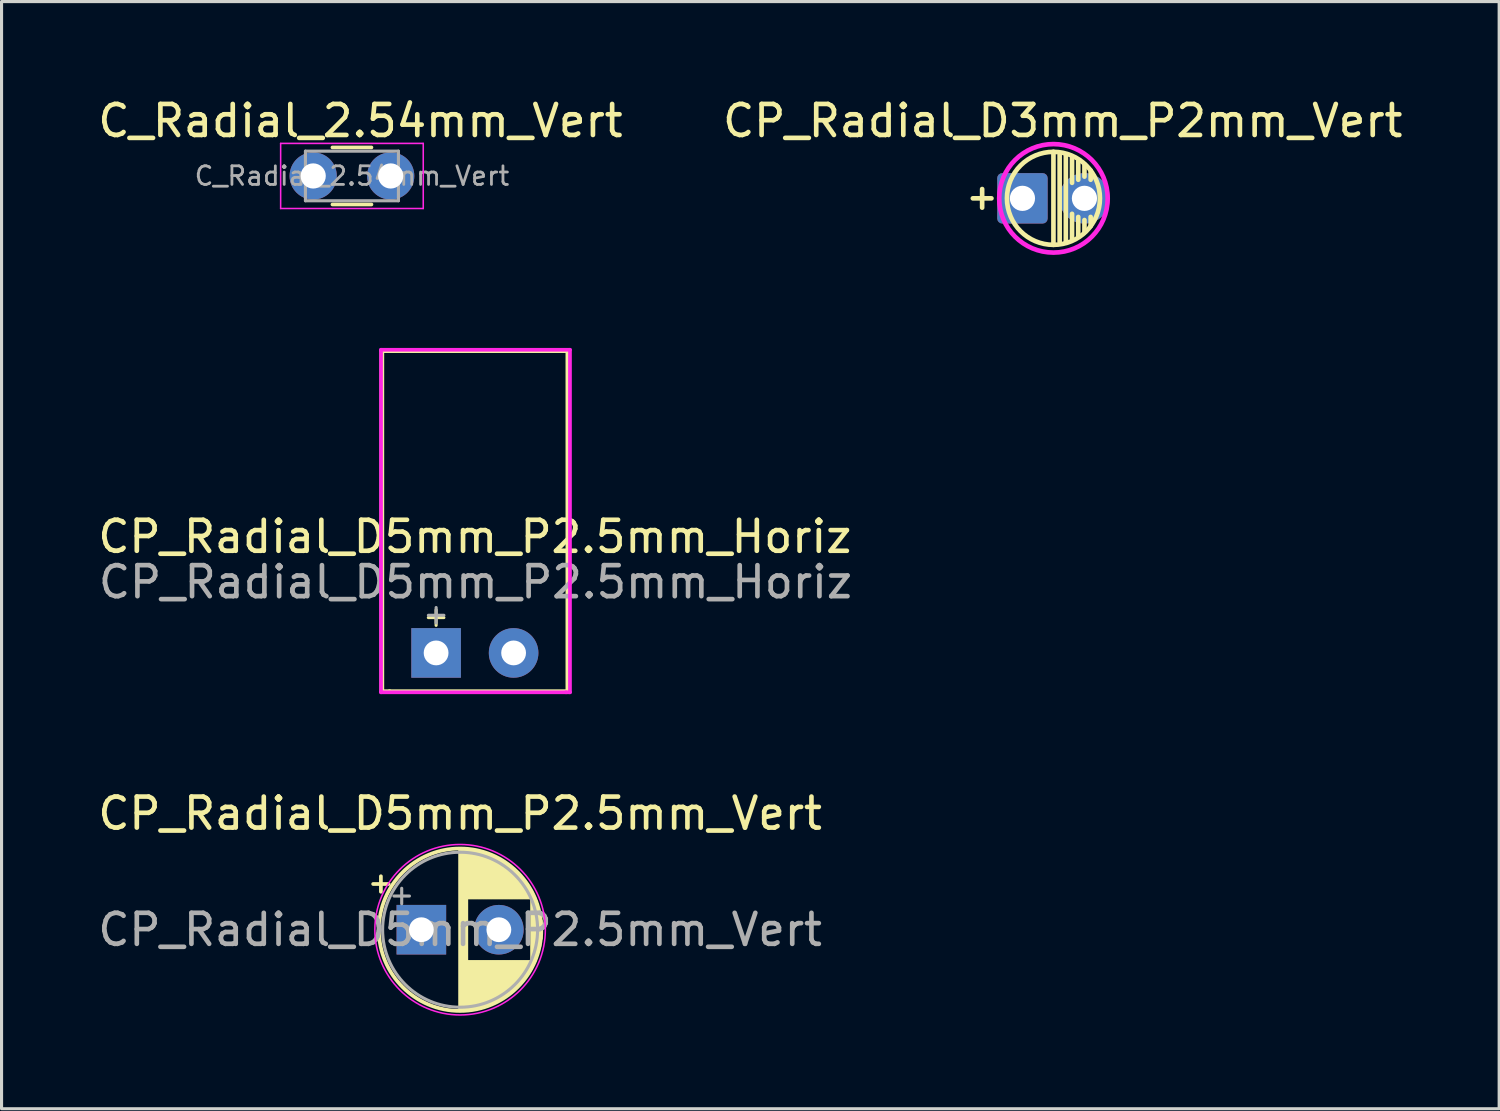
<source format=kicad_pcb>
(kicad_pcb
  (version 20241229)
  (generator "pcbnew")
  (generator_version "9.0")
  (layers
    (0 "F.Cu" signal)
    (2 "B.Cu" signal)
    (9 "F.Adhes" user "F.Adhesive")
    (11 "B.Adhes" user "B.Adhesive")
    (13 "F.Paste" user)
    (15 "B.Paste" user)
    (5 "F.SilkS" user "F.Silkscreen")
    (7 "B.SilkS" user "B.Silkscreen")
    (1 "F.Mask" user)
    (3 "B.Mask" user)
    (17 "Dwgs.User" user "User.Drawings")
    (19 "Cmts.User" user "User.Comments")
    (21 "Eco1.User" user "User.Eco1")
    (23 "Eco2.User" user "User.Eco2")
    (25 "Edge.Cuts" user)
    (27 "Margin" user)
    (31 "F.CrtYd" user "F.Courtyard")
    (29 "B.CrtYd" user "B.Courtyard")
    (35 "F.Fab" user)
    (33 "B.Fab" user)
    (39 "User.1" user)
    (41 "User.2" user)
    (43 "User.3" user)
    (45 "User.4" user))
  (footprint "C_Radial_2.54mm_Vert"
    (layer "F.Cu")
    (at 7.053 2.626)
    (property "Reference" "C_Radial_2.54mm_Vert" (at 1.524 -1.778 0) (layer "F.SilkS") (effects (font (size 1 1) (thickness 0.15))))
    (attr through_hole)
    (fp_line (start 0.621 -0.92) (end 1.879 -0.92) (stroke (width 0.12) (type solid)) (layer "F.SilkS"))
    (fp_line (start 0.621 0.92) (end 1.879 0.92) (stroke (width 0.12) (type solid)) (layer "F.SilkS"))
    (fp_line (start -1.05 -1.05) (end -1.05 1.05) (stroke (width 0.05) (type solid)) (layer "F.CrtYd"))
    (fp_line (start -1.05 1.05) (end 3.55 1.05) (stroke (width 0.05) (type solid)) (layer "F.CrtYd"))
    (fp_line (start 3.55 -1.05) (end -1.05 -1.05) (stroke (width 0.05) (type solid)) (layer "F.CrtYd"))
    (fp_line (start 3.55 1.05) (end 3.55 -1.05) (stroke (width 0.05) (type solid)) (layer "F.CrtYd"))
    (fp_line (start -0.25 -0.8) (end -0.25 0.8) (stroke (width 0.1) (type solid)) (layer "F.Fab"))
    (fp_line (start -0.25 0.8) (end 2.75 0.8) (stroke (width 0.1) (type solid)) (layer "F.Fab"))
    (fp_line (start 2.75 -0.8) (end -0.25 -0.8) (stroke (width 0.1) (type solid)) (layer "F.Fab"))
    (fp_line (start 2.75 0.8) (end 2.75 -0.8) (stroke (width 0.1) (type solid)) (layer "F.Fab"))
    (fp_text user "${REFERENCE}" (at 1.25 0 0) (layer "F.Fab") (effects (font (size 0.6 0.6) (thickness 0.09))))
    (pad "1" thru_hole circle (at 0 0) (size 1.524 1.524) (drill 0.813) (layers "*.Cu" "*.Mask"))
    (pad "2" thru_hole circle (at 2.5 0) (size 1.524 1.524) (drill 0.813) (layers "*.Cu" "*.Mask")))
  (footprint "CP_Radial_D5mm_P2.5mm_Horiz"
    (layer "F.Cu")
    (at 11.018 18.012)
    (property "Reference" "CP_Radial_D5mm_P2.5mm_Horiz" (at 1.25 -3.75 0) (layer "F.SilkS") (effects (font (size 1 1) (thickness 0.15))))
    (attr through_hole)
    (fp_line (start -1.75 -9.75) (end -1.75 1.25) (stroke (width 0.15) (type solid)) (layer "F.SilkS"))
    (fp_line (start -1.75 1.25) (end -1.5 1.25) (stroke (width 0.15) (type solid)) (layer "F.SilkS"))
    (fp_line (start -1.5 1.25) (end 4.25 1.25) (stroke (width 0.15) (type solid)) (layer "F.SilkS"))
    (fp_line (start -0.25 -1.139) (end 0.25 -1.139) (stroke (width 0.1) (type solid)) (layer "F.SilkS"))
    (fp_line (start 0 -1.389) (end 0 -0.889) (stroke (width 0.1) (type solid)) (layer "F.SilkS"))
    (fp_line (start 4.25 -9.75) (end -1.75 -9.75) (stroke (width 0.15) (type solid)) (layer "F.SilkS"))
    (fp_line (start 4.25 1.25) (end 4.25 -9.75) (stroke (width 0.15) (type solid)) (layer "F.SilkS"))
    (fp_line (start -1.778 -9.779) (end 4.318 -9.779) (stroke (width 0.12) (type solid)) (layer "F.CrtYd"))
    (fp_line (start -1.778 1.27) (end -1.778 -9.779) (stroke (width 0.12) (type solid)) (layer "F.CrtYd"))
    (fp_line (start 4.191 1.27) (end -1.778 1.27) (stroke (width 0.12) (type solid)) (layer "F.CrtYd"))
    (fp_line (start 4.318 -9.779) (end 4.318 1.27) (stroke (width 0.12) (type solid)) (layer "F.CrtYd"))
    (fp_line (start 4.318 1.27) (end 4.191 1.27) (stroke (width 0.12) (type solid)) (layer "F.CrtYd"))
    (fp_line (start -0.249 -1.214) (end 0.251 -1.214) (stroke (width 0.1) (type solid)) (layer "F.Fab"))
    (fp_line (start 0.001 -1.464) (end 0.001 -0.965) (stroke (width 0.1) (type solid)) (layer "F.Fab"))
    (fp_text user "${REFERENCE}" (at 1.27 -2.286 0) (layer "F.Fab") (effects (font (size 1 1) (thickness 0.15))))
    (pad "1" thru_hole rect (at 0 0) (size 1.6 1.6) (drill 0.8) (layers "*.Cu" "*.Mask"))
    (pad "2" thru_hole circle (at 2.5 0) (size 1.6 1.6) (drill 0.8) (layers "*.Cu" "*.Mask")))
  (footprint "CP_Radial_D5mm_P2.5mm_Vert"
    (layer "F.Cu")
    (at 10.542 26.941)
    (property "Reference" "CP_Radial_D5mm_P2.5mm_Vert" (at 1.25 -3.75 0) (layer "F.SilkS") (effects (font (size 1 1) (thickness 0.15))))
    (attr through_hole)
    (fp_line (start -1.555 -1.475) (end -1.055 -1.475) (stroke (width 0.12) (type solid)) (layer "F.SilkS"))
    (fp_line (start -1.305 -1.725) (end -1.305 -1.225) (stroke (width 0.12) (type solid)) (layer "F.SilkS"))
    (fp_line (start 1.25 -2.58) (end 1.25 2.58) (stroke (width 0.12) (type solid)) (layer "F.SilkS"))
    (fp_line (start 1.29 -2.58) (end 1.29 2.58) (stroke (width 0.12) (type solid)) (layer "F.SilkS"))
    (fp_line (start 1.33 -2.579) (end 1.33 2.579) (stroke (width 0.12) (type solid)) (layer "F.SilkS"))
    (fp_line (start 1.37 -2.578) (end 1.37 2.578) (stroke (width 0.12) (type solid)) (layer "F.SilkS"))
    (fp_line (start 1.41 -2.576) (end 1.41 2.576) (stroke (width 0.12) (type solid)) (layer "F.SilkS"))
    (fp_line (start 1.45 -2.573) (end 1.45 2.573) (stroke (width 0.12) (type solid)) (layer "F.SilkS"))
    (fp_line (start 1.49 -2.569) (end 1.49 -1.04) (stroke (width 0.12) (type solid)) (layer "F.SilkS"))
    (fp_line (start 1.49 1.04) (end 1.49 2.569) (stroke (width 0.12) (type solid)) (layer "F.SilkS"))
    (fp_line (start 1.53 -2.565) (end 1.53 -1.04) (stroke (width 0.12) (type solid)) (layer "F.SilkS"))
    (fp_line (start 1.53 1.04) (end 1.53 2.565) (stroke (width 0.12) (type solid)) (layer "F.SilkS"))
    (fp_line (start 1.57 -2.561) (end 1.57 -1.04) (stroke (width 0.12) (type solid)) (layer "F.SilkS"))
    (fp_line (start 1.57 1.04) (end 1.57 2.561) (stroke (width 0.12) (type solid)) (layer "F.SilkS"))
    (fp_line (start 1.61 -2.556) (end 1.61 -1.04) (stroke (width 0.12) (type solid)) (layer "F.SilkS"))
    (fp_line (start 1.61 1.04) (end 1.61 2.556) (stroke (width 0.12) (type solid)) (layer "F.SilkS"))
    (fp_line (start 1.65 -2.55) (end 1.65 -1.04) (stroke (width 0.12) (type solid)) (layer "F.SilkS"))
    (fp_line (start 1.65 1.04) (end 1.65 2.55) (stroke (width 0.12) (type solid)) (layer "F.SilkS"))
    (fp_line (start 1.69 -2.543) (end 1.69 -1.04) (stroke (width 0.12) (type solid)) (layer "F.SilkS"))
    (fp_line (start 1.69 1.04) (end 1.69 2.543) (stroke (width 0.12) (type solid)) (layer "F.SilkS"))
    (fp_line (start 1.73 -2.536) (end 1.73 -1.04) (stroke (width 0.12) (type solid)) (layer "F.SilkS"))
    (fp_line (start 1.73 1.04) (end 1.73 2.536) (stroke (width 0.12) (type solid)) (layer "F.SilkS"))
    (fp_line (start 1.77 -2.528) (end 1.77 -1.04) (stroke (width 0.12) (type solid)) (layer "F.SilkS"))
    (fp_line (start 1.77 1.04) (end 1.77 2.528) (stroke (width 0.12) (type solid)) (layer "F.SilkS"))
    (fp_line (start 1.81 -2.52) (end 1.81 -1.04) (stroke (width 0.12) (type solid)) (layer "F.SilkS"))
    (fp_line (start 1.81 1.04) (end 1.81 2.52) (stroke (width 0.12) (type solid)) (layer "F.SilkS"))
    (fp_line (start 1.85 -2.511) (end 1.85 -1.04) (stroke (width 0.12) (type solid)) (layer "F.SilkS"))
    (fp_line (start 1.85 1.04) (end 1.85 2.511) (stroke (width 0.12) (type solid)) (layer "F.SilkS"))
    (fp_line (start 1.89 -2.501) (end 1.89 -1.04) (stroke (width 0.12) (type solid)) (layer "F.SilkS"))
    (fp_line (start 1.89 1.04) (end 1.89 2.501) (stroke (width 0.12) (type solid)) (layer "F.SilkS"))
    (fp_line (start 1.93 -2.491) (end 1.93 -1.04) (stroke (width 0.12) (type solid)) (layer "F.SilkS"))
    (fp_line (start 1.93 1.04) (end 1.93 2.491) (stroke (width 0.12) (type solid)) (layer "F.SilkS"))
    (fp_line (start 1.971 -2.48) (end 1.971 -1.04) (stroke (width 0.12) (type solid)) (layer "F.SilkS"))
    (fp_line (start 1.971 1.04) (end 1.971 2.48) (stroke (width 0.12) (type solid)) (layer "F.SilkS"))
    (fp_line (start 2.011 -2.468) (end 2.011 -1.04) (stroke (width 0.12) (type solid)) (layer "F.SilkS"))
    (fp_line (start 2.011 1.04) (end 2.011 2.468) (stroke (width 0.12) (type solid)) (layer "F.SilkS"))
    (fp_line (start 2.051 -2.455) (end 2.051 -1.04) (stroke (width 0.12) (type solid)) (layer "F.SilkS"))
    (fp_line (start 2.051 1.04) (end 2.051 2.455) (stroke (width 0.12) (type solid)) (layer "F.SilkS"))
    (fp_line (start 2.091 -2.442) (end 2.091 -1.04) (stroke (width 0.12) (type solid)) (layer "F.SilkS"))
    (fp_line (start 2.091 1.04) (end 2.091 2.442) (stroke (width 0.12) (type solid)) (layer "F.SilkS"))
    (fp_line (start 2.131 -2.428) (end 2.131 -1.04) (stroke (width 0.12) (type solid)) (layer "F.SilkS"))
    (fp_line (start 2.131 1.04) (end 2.131 2.428) (stroke (width 0.12) (type solid)) (layer "F.SilkS"))
    (fp_line (start 2.171 -2.414) (end 2.171 -1.04) (stroke (width 0.12) (type solid)) (layer "F.SilkS"))
    (fp_line (start 2.171 1.04) (end 2.171 2.414) (stroke (width 0.12) (type solid)) (layer "F.SilkS"))
    (fp_line (start 2.211 -2.398) (end 2.211 -1.04) (stroke (width 0.12) (type solid)) (layer "F.SilkS"))
    (fp_line (start 2.211 1.04) (end 2.211 2.398) (stroke (width 0.12) (type solid)) (layer "F.SilkS"))
    (fp_line (start 2.251 -2.382) (end 2.251 -1.04) (stroke (width 0.12) (type solid)) (layer "F.SilkS"))
    (fp_line (start 2.251 1.04) (end 2.251 2.382) (stroke (width 0.12) (type solid)) (layer "F.SilkS"))
    (fp_line (start 2.291 -2.365) (end 2.291 -1.04) (stroke (width 0.12) (type solid)) (layer "F.SilkS"))
    (fp_line (start 2.291 1.04) (end 2.291 2.365) (stroke (width 0.12) (type solid)) (layer "F.SilkS"))
    (fp_line (start 2.331 -2.348) (end 2.331 -1.04) (stroke (width 0.12) (type solid)) (layer "F.SilkS"))
    (fp_line (start 2.331 1.04) (end 2.331 2.348) (stroke (width 0.12) (type solid)) (layer "F.SilkS"))
    (fp_line (start 2.371 -2.329) (end 2.371 -1.04) (stroke (width 0.12) (type solid)) (layer "F.SilkS"))
    (fp_line (start 2.371 1.04) (end 2.371 2.329) (stroke (width 0.12) (type solid)) (layer "F.SilkS"))
    (fp_line (start 2.411 -2.31) (end 2.411 -1.04) (stroke (width 0.12) (type solid)) (layer "F.SilkS"))
    (fp_line (start 2.411 1.04) (end 2.411 2.31) (stroke (width 0.12) (type solid)) (layer "F.SilkS"))
    (fp_line (start 2.451 -2.29) (end 2.451 -1.04) (stroke (width 0.12) (type solid)) (layer "F.SilkS"))
    (fp_line (start 2.451 1.04) (end 2.451 2.29) (stroke (width 0.12) (type solid)) (layer "F.SilkS"))
    (fp_line (start 2.491 -2.268) (end 2.491 -1.04) (stroke (width 0.12) (type solid)) (layer "F.SilkS"))
    (fp_line (start 2.491 1.04) (end 2.491 2.268) (stroke (width 0.12) (type solid)) (layer "F.SilkS"))
    (fp_line (start 2.531 -2.247) (end 2.531 -1.04) (stroke (width 0.12) (type solid)) (layer "F.SilkS"))
    (fp_line (start 2.531 1.04) (end 2.531 2.247) (stroke (width 0.12) (type solid)) (layer "F.SilkS"))
    (fp_line (start 2.571 -2.224) (end 2.571 -1.04) (stroke (width 0.12) (type solid)) (layer "F.SilkS"))
    (fp_line (start 2.571 1.04) (end 2.571 2.224) (stroke (width 0.12) (type solid)) (layer "F.SilkS"))
    (fp_line (start 2.611 -2.2) (end 2.611 -1.04) (stroke (width 0.12) (type solid)) (layer "F.SilkS"))
    (fp_line (start 2.611 1.04) (end 2.611 2.2) (stroke (width 0.12) (type solid)) (layer "F.SilkS"))
    (fp_line (start 2.651 -2.175) (end 2.651 -1.04) (stroke (width 0.12) (type solid)) (layer "F.SilkS"))
    (fp_line (start 2.651 1.04) (end 2.651 2.175) (stroke (width 0.12) (type solid)) (layer "F.SilkS"))
    (fp_line (start 2.691 -2.149) (end 2.691 -1.04) (stroke (width 0.12) (type solid)) (layer "F.SilkS"))
    (fp_line (start 2.691 1.04) (end 2.691 2.149) (stroke (width 0.12) (type solid)) (layer "F.SilkS"))
    (fp_line (start 2.731 -2.122) (end 2.731 -1.04) (stroke (width 0.12) (type solid)) (layer "F.SilkS"))
    (fp_line (start 2.731 1.04) (end 2.731 2.122) (stroke (width 0.12) (type solid)) (layer "F.SilkS"))
    (fp_line (start 2.771 -2.095) (end 2.771 -1.04) (stroke (width 0.12) (type solid)) (layer "F.SilkS"))
    (fp_line (start 2.771 1.04) (end 2.771 2.095) (stroke (width 0.12) (type solid)) (layer "F.SilkS"))
    (fp_line (start 2.811 -2.065) (end 2.811 -1.04) (stroke (width 0.12) (type solid)) (layer "F.SilkS"))
    (fp_line (start 2.811 1.04) (end 2.811 2.065) (stroke (width 0.12) (type solid)) (layer "F.SilkS"))
    (fp_line (start 2.851 -2.035) (end 2.851 -1.04) (stroke (width 0.12) (type solid)) (layer "F.SilkS"))
    (fp_line (start 2.851 1.04) (end 2.851 2.035) (stroke (width 0.12) (type solid)) (layer "F.SilkS"))
    (fp_line (start 2.891 -2.004) (end 2.891 -1.04) (stroke (width 0.12) (type solid)) (layer "F.SilkS"))
    (fp_line (start 2.891 1.04) (end 2.891 2.004) (stroke (width 0.12) (type solid)) (layer "F.SilkS"))
    (fp_line (start 2.931 -1.971) (end 2.931 -1.04) (stroke (width 0.12) (type solid)) (layer "F.SilkS"))
    (fp_line (start 2.931 1.04) (end 2.931 1.971) (stroke (width 0.12) (type solid)) (layer "F.SilkS"))
    (fp_line (start 2.971 -1.937) (end 2.971 -1.04) (stroke (width 0.12) (type solid)) (layer "F.SilkS"))
    (fp_line (start 2.971 1.04) (end 2.971 1.937) (stroke (width 0.12) (type solid)) (layer "F.SilkS"))
    (fp_line (start 3.011 -1.901) (end 3.011 -1.04) (stroke (width 0.12) (type solid)) (layer "F.SilkS"))
    (fp_line (start 3.011 1.04) (end 3.011 1.901) (stroke (width 0.12) (type solid)) (layer "F.SilkS"))
    (fp_line (start 3.051 -1.864) (end 3.051 -1.04) (stroke (width 0.12) (type solid)) (layer "F.SilkS"))
    (fp_line (start 3.051 1.04) (end 3.051 1.864) (stroke (width 0.12) (type solid)) (layer "F.SilkS"))
    (fp_line (start 3.091 -1.826) (end 3.091 -1.04) (stroke (width 0.12) (type solid)) (layer "F.SilkS"))
    (fp_line (start 3.091 1.04) (end 3.091 1.826) (stroke (width 0.12) (type solid)) (layer "F.SilkS"))
    (fp_line (start 3.131 -1.785) (end 3.131 -1.04) (stroke (width 0.12) (type solid)) (layer "F.SilkS"))
    (fp_line (start 3.131 1.04) (end 3.131 1.785) (stroke (width 0.12) (type solid)) (layer "F.SilkS"))
    (fp_line (start 3.171 -1.743) (end 3.171 -1.04) (stroke (width 0.12) (type solid)) (layer "F.SilkS"))
    (fp_line (start 3.171 1.04) (end 3.171 1.743) (stroke (width 0.12) (type solid)) (layer "F.SilkS"))
    (fp_line (start 3.211 -1.699) (end 3.211 -1.04) (stroke (width 0.12) (type solid)) (layer "F.SilkS"))
    (fp_line (start 3.211 1.04) (end 3.211 1.699) (stroke (width 0.12) (type solid)) (layer "F.SilkS"))
    (fp_line (start 3.251 -1.653) (end 3.251 -1.04) (stroke (width 0.12) (type solid)) (layer "F.SilkS"))
    (fp_line (start 3.251 1.04) (end 3.251 1.653) (stroke (width 0.12) (type solid)) (layer "F.SilkS"))
    (fp_line (start 3.291 -1.605) (end 3.291 -1.04) (stroke (width 0.12) (type solid)) (layer "F.SilkS"))
    (fp_line (start 3.291 1.04) (end 3.291 1.605) (stroke (width 0.12) (type solid)) (layer "F.SilkS"))
    (fp_line (start 3.331 -1.554) (end 3.331 -1.04) (stroke (width 0.12) (type solid)) (layer "F.SilkS"))
    (fp_line (start 3.331 1.04) (end 3.331 1.554) (stroke (width 0.12) (type solid)) (layer "F.SilkS"))
    (fp_line (start 3.371 -1.5) (end 3.371 -1.04) (stroke (width 0.12) (type solid)) (layer "F.SilkS"))
    (fp_line (start 3.371 1.04) (end 3.371 1.5) (stroke (width 0.12) (type solid)) (layer "F.SilkS"))
    (fp_line (start 3.411 -1.443) (end 3.411 -1.04) (stroke (width 0.12) (type solid)) (layer "F.SilkS"))
    (fp_line (start 3.411 1.04) (end 3.411 1.443) (stroke (width 0.12) (type solid)) (layer "F.SilkS"))
    (fp_line (start 3.451 -1.383) (end 3.451 -1.04) (stroke (width 0.12) (type solid)) (layer "F.SilkS"))
    (fp_line (start 3.451 1.04) (end 3.451 1.383) (stroke (width 0.12) (type solid)) (layer "F.SilkS"))
    (fp_line (start 3.491 -1.319) (end 3.491 -1.04) (stroke (width 0.12) (type solid)) (layer "F.SilkS"))
    (fp_line (start 3.491 1.04) (end 3.491 1.319) (stroke (width 0.12) (type solid)) (layer "F.SilkS"))
    (fp_line (start 3.531 -1.251) (end 3.531 -1.04) (stroke (width 0.12) (type solid)) (layer "F.SilkS"))
    (fp_line (start 3.531 1.04) (end 3.531 1.251) (stroke (width 0.12) (type solid)) (layer "F.SilkS"))
    (fp_line (start 3.571 -1.178) (end 3.571 1.178) (stroke (width 0.12) (type solid)) (layer "F.SilkS"))
    (fp_line (start 3.611 -1.098) (end 3.611 1.098) (stroke (width 0.12) (type solid)) (layer "F.SilkS"))
    (fp_line (start 3.651 -1.011) (end 3.651 1.011) (stroke (width 0.12) (type solid)) (layer "F.SilkS"))
    (fp_line (start 3.691 -0.915) (end 3.691 0.915) (stroke (width 0.12) (type solid)) (layer "F.SilkS"))
    (fp_line (start 3.731 -0.805) (end 3.731 0.805) (stroke (width 0.12) (type solid)) (layer "F.SilkS"))
    (fp_line (start 3.771 -0.677) (end 3.771 0.677) (stroke (width 0.12) (type solid)) (layer "F.SilkS"))
    (fp_line (start 3.811 -0.518) (end 3.811 0.518) (stroke (width 0.12) (type solid)) (layer "F.SilkS"))
    (fp_line (start 3.851 -0.284) (end 3.851 0.284) (stroke (width 0.12) (type solid)) (layer "F.SilkS"))
    (fp_circle (center 1.25 0) (end 3.87 0) (stroke (width 0.12) (type solid)) (fill no) (layer "F.SilkS"))
    (fp_circle (center 1.25 0) (end 4 0) (stroke (width 0.05) (type solid)) (fill no) (layer "F.CrtYd"))
    (fp_line (start -0.884 -1.087) (end -0.384 -1.087) (stroke (width 0.1) (type solid)) (layer "F.Fab"))
    (fp_line (start -0.634 -1.337) (end -0.634 -0.838) (stroke (width 0.1) (type solid)) (layer "F.Fab"))
    (fp_circle (center 1.25 0) (end 3.75 0) (stroke (width 0.1) (type solid)) (fill no) (layer "F.Fab"))
    (fp_text user "${REFERENCE}" (at 1.25 0 0) (layer "F.Fab") (effects (font (size 1 1) (thickness 0.15))))
    (pad "1" thru_hole rect (at 0 0) (size 1.6 1.6) (drill 0.8) (layers "*.Cu" "*.Mask"))
    (pad "2" thru_hole circle (at 2.5 0) (size 1.6 1.6) (drill 0.8) (layers "*.Cu" "*.Mask")))
  (footprint "CP_Radial_D3mm_P2mm_Vert"
    (layer "F.Cu")
    (at 29.932 3.348)
    (property "Reference" "CP_Radial_D3mm_P2mm_Vert" (at 1.3 -2.5 0) (layer "F.SilkS") (effects (font (size 1 1) (thickness 0.15))))
    (attr through_hole)
    (fp_line (start -1.6 0) (end -1 0) (stroke (width 0.15) (type solid)) (layer "F.SilkS"))
    (fp_line (start -1.3 -0.3) (end -1.3 0.3) (stroke (width 0.15) (type solid)) (layer "F.SilkS"))
    (fp_line (start 1 -1.5) (end 1 1.5) (stroke (width 0.15) (type solid)) (layer "F.SilkS"))
    (fp_line (start 1.2 -1.4) (end 1.2 1.4) (stroke (width 0.15) (type solid)) (layer "F.SilkS"))
    (fp_line (start 1.4 1.4) (end 1.4 -1.4) (stroke (width 0.15) (type solid)) (layer "F.SilkS"))
    (fp_line (start 1.6 -1.3) (end 1.6 -0.5) (stroke (width 0.15) (type solid)) (layer "F.SilkS"))
    (fp_line (start 1.6 0.5) (end 1.6 1.3) (stroke (width 0.15) (type solid)) (layer "F.SilkS"))
    (fp_line (start 1.8 -0.6) (end 1.8 -1.2) (stroke (width 0.15) (type solid)) (layer "F.SilkS"))
    (fp_line (start 1.8 1.2) (end 1.8 0.6) (stroke (width 0.15) (type solid)) (layer "F.SilkS"))
    (fp_line (start 2 -1.1) (end 2 -0.7) (stroke (width 0.15) (type solid)) (layer "F.SilkS"))
    (fp_line (start 2 0.7) (end 2 1.1) (stroke (width 0.15) (type solid)) (layer "F.SilkS"))
    (fp_line (start 2.2 -0.6) (end 2.2 -0.9) (stroke (width 0.15) (type solid)) (layer "F.SilkS"))
    (fp_line (start 2.2 0.9) (end 2.2 0.6) (stroke (width 0.15) (type solid)) (layer "F.SilkS"))
    (fp_circle (center 1 0) (end 2.5 0) (stroke (width 0.15) (type solid)) (fill no) (layer "F.SilkS"))
    (fp_circle (center 1 0) (end 2.75 0) (stroke (width 0.15) (type solid)) (fill no) (layer "F.CrtYd"))
    (pad "1" thru_hole roundrect (at 0 0) (size 1.626 1.626) (drill 0.813) (layers "*.Cu" "*.Mask") (roundrect_rratio 0.1))
    (pad "2" thru_hole circle (at 2 0) (size 1.626 1.626) (drill 0.813) (layers "*.Cu" "*.Mask")))
  (gr_rect
    (start -3 -3)
    (end 45.31 32.715)
    (stroke (width 0.1) (type default))
    (fill no)
    (layer "Edge.Cuts")))
</source>
